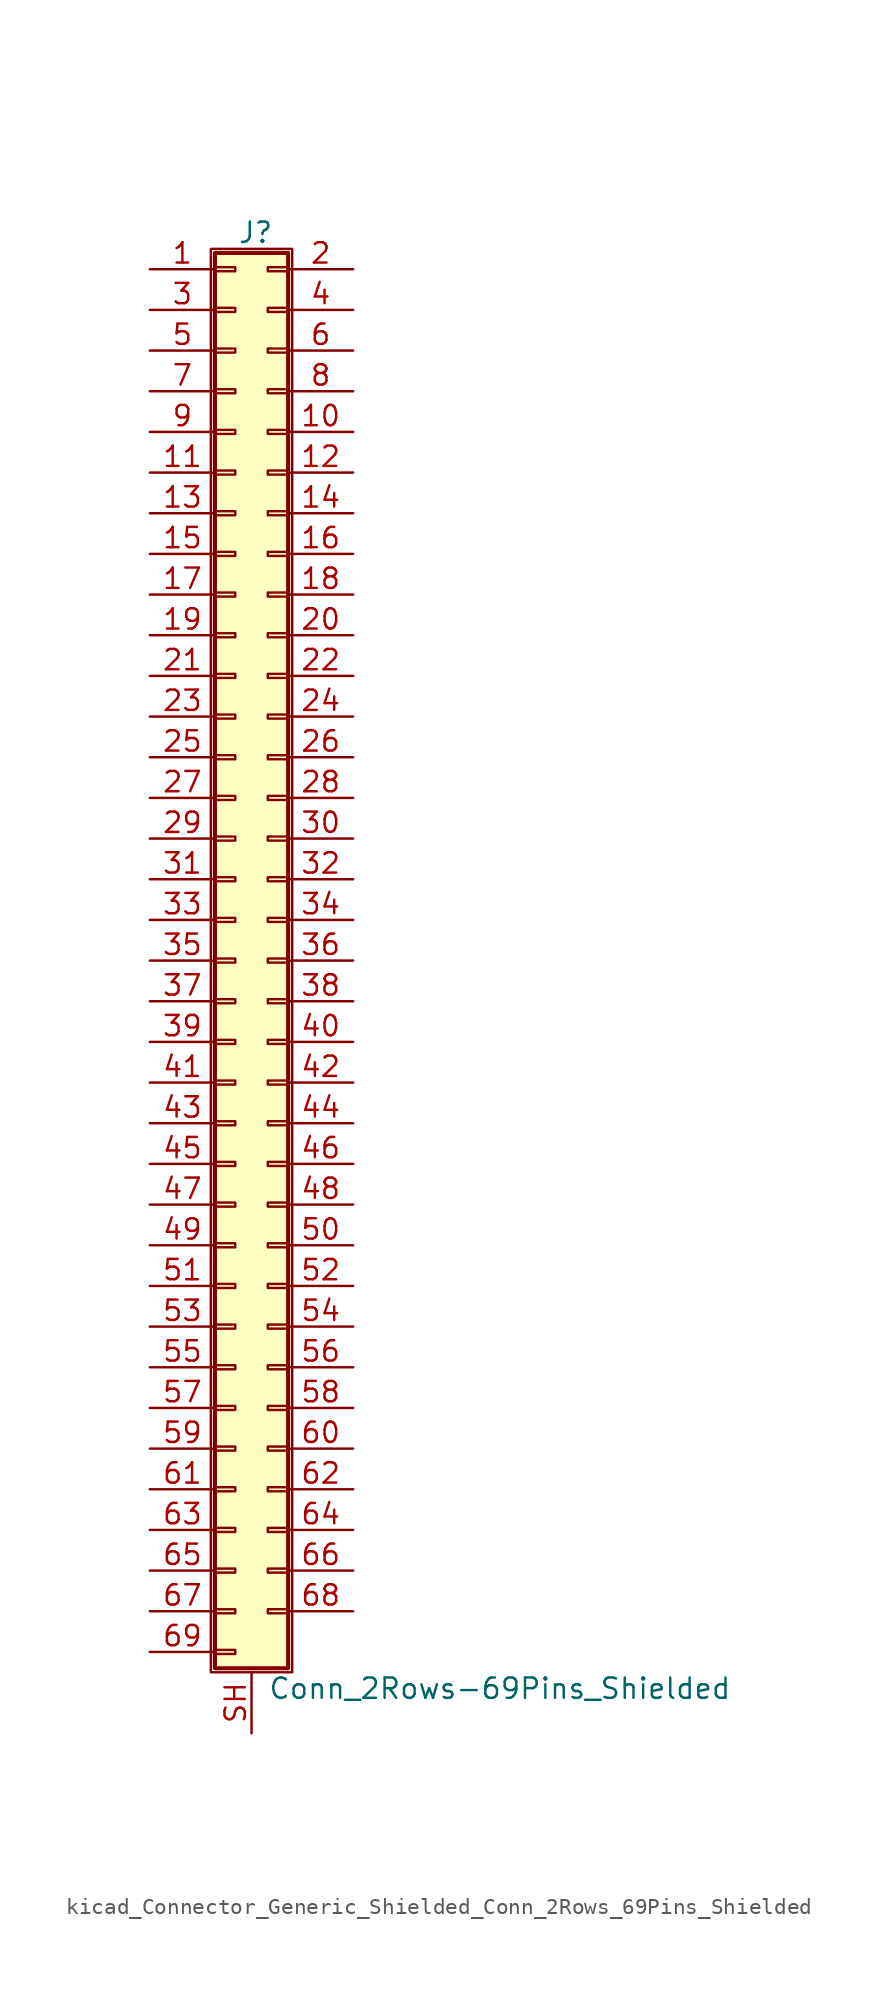
<source format=kicad_sym>
(kicad_symbol_lib
  (version 20220914)
  (generator kicad_symbol_editor)
  (symbol "kicad_Connector_Generic_Shielded_Conn_2Rows_69Pins_Shielded"
    (pin_names
      (offset 1.016) hide)
    (property "Reference" "J"
      (at 1.524 45.466 0)
      (effects (font (size 1.27 1.27))))
    (property "Value" "Conn_2Rows-69Pins_Shielded"
      (at 2.286 -45.466 0)
      (effects (font (size 1.27 1.27)) (justify left)))
    (symbol "kicad_Connector_Generic_Shielded_Conn_2Rows_69Pins_Shielded_1_1"
      (rectangle (start -1.27 44.45) (end 3.81 -44.45) (stroke (width 0.152) (type default)) (fill (type none)))
      (rectangle (start -1.016 -43.053) (end 0.254 -43.307) (stroke (width 0.152) (type default)) (fill (type none)))
      (rectangle (start -1.016 -40.513) (end 0.254 -40.767) (stroke (width 0.152) (type default)) (fill (type none)))
      (rectangle (start -1.016 -37.973) (end 0.254 -38.227) (stroke (width 0.152) (type default)) (fill (type none)))
      (rectangle (start -1.016 -35.433) (end 0.254 -35.687) (stroke (width 0.152) (type default)) (fill (type none)))
      (rectangle (start -1.016 -32.893) (end 0.254 -33.147) (stroke (width 0.152) (type default)) (fill (type none)))
      (rectangle (start -1.016 -30.353) (end 0.254 -30.607) (stroke (width 0.152) (type default)) (fill (type none)))
      (rectangle (start -1.016 -27.813) (end 0.254 -28.067) (stroke (width 0.152) (type default)) (fill (type none)))
      (rectangle (start -1.016 -25.273) (end 0.254 -25.527) (stroke (width 0.152) (type default)) (fill (type none)))
      (rectangle (start -1.016 -22.733) (end 0.254 -22.987) (stroke (width 0.152) (type default)) (fill (type none)))
      (rectangle (start -1.016 -20.193) (end 0.254 -20.447) (stroke (width 0.152) (type default)) (fill (type none)))
      (rectangle (start -1.016 -17.653) (end 0.254 -17.907) (stroke (width 0.152) (type default)) (fill (type none)))
      (rectangle (start -1.016 -15.113) (end 0.254 -15.367) (stroke (width 0.152) (type default)) (fill (type none)))
      (rectangle (start -1.016 -12.573) (end 0.254 -12.827) (stroke (width 0.152) (type default)) (fill (type none)))
      (rectangle (start -1.016 -10.033) (end 0.254 -10.287) (stroke (width 0.152) (type default)) (fill (type none)))
      (rectangle (start -1.016 -7.493) (end 0.254 -7.747) (stroke (width 0.152) (type default)) (fill (type none)))
      (rectangle (start -1.016 -4.953) (end 0.254 -5.207) (stroke (width 0.152) (type default)) (fill (type none)))
      (rectangle (start -1.016 -2.413) (end 0.254 -2.667) (stroke (width 0.152) (type default)) (fill (type none)))
      (rectangle (start -1.016 0.127) (end 0.254 -0.127) (stroke (width 0.152) (type default)) (fill (type none)))
      (rectangle (start -1.016 2.667) (end 0.254 2.413) (stroke (width 0.152) (type default)) (fill (type none)))
      (rectangle (start -1.016 5.207) (end 0.254 4.953) (stroke (width 0.152) (type default)) (fill (type none)))
      (rectangle (start -1.016 7.747) (end 0.254 7.493) (stroke (width 0.152) (type default)) (fill (type none)))
      (rectangle (start -1.016 10.287) (end 0.254 10.033) (stroke (width 0.152) (type default)) (fill (type none)))
      (rectangle (start -1.016 12.827) (end 0.254 12.573) (stroke (width 0.152) (type default)) (fill (type none)))
      (rectangle (start -1.016 15.367) (end 0.254 15.113) (stroke (width 0.152) (type default)) (fill (type none)))
      (rectangle (start -1.016 17.907) (end 0.254 17.653) (stroke (width 0.152) (type default)) (fill (type none)))
      (rectangle (start -1.016 20.447) (end 0.254 20.193) (stroke (width 0.152) (type default)) (fill (type none)))
      (rectangle (start -1.016 22.987) (end 0.254 22.733) (stroke (width 0.152) (type default)) (fill (type none)))
      (rectangle (start -1.016 25.527) (end 0.254 25.273) (stroke (width 0.152) (type default)) (fill (type none)))
      (rectangle (start -1.016 28.067) (end 0.254 27.813) (stroke (width 0.152) (type default)) (fill (type none)))
      (rectangle (start -1.016 30.607) (end 0.254 30.353) (stroke (width 0.152) (type default)) (fill (type none)))
      (rectangle (start -1.016 33.147) (end 0.254 32.893) (stroke (width 0.152) (type default)) (fill (type none)))
      (rectangle (start -1.016 35.687) (end 0.254 35.433) (stroke (width 0.152) (type default)) (fill (type none)))
      (rectangle (start -1.016 38.227) (end 0.254 37.973) (stroke (width 0.152) (type default)) (fill (type none)))
      (rectangle (start -1.016 40.767) (end 0.254 40.513) (stroke (width 0.152) (type default)) (fill (type none)))
      (rectangle (start -1.016 43.307) (end 0.254 43.053) (stroke (width 0.152) (type default)) (fill (type none)))
      (rectangle (start -1.016 44.196) (end 3.556 -44.196) (stroke (width 0.254) (type default)) (fill (type background)))
      (rectangle (start 3.556 -40.513) (end 2.286 -40.767) (stroke (width 0.152) (type default)) (fill (type none)))
      (rectangle (start 3.556 -37.973) (end 2.286 -38.227) (stroke (width 0.152) (type default)) (fill (type none)))
      (rectangle (start 3.556 -35.433) (end 2.286 -35.687) (stroke (width 0.152) (type default)) (fill (type none)))
      (rectangle (start 3.556 -32.893) (end 2.286 -33.147) (stroke (width 0.152) (type default)) (fill (type none)))
      (rectangle (start 3.556 -30.353) (end 2.286 -30.607) (stroke (width 0.152) (type default)) (fill (type none)))
      (rectangle (start 3.556 -27.813) (end 2.286 -28.067) (stroke (width 0.152) (type default)) (fill (type none)))
      (rectangle (start 3.556 -25.273) (end 2.286 -25.527) (stroke (width 0.152) (type default)) (fill (type none)))
      (rectangle (start 3.556 -22.733) (end 2.286 -22.987) (stroke (width 0.152) (type default)) (fill (type none)))
      (rectangle (start 3.556 -20.193) (end 2.286 -20.447) (stroke (width 0.152) (type default)) (fill (type none)))
      (rectangle (start 3.556 -17.653) (end 2.286 -17.907) (stroke (width 0.152) (type default)) (fill (type none)))
      (rectangle (start 3.556 -15.113) (end 2.286 -15.367) (stroke (width 0.152) (type default)) (fill (type none)))
      (rectangle (start 3.556 -12.573) (end 2.286 -12.827) (stroke (width 0.152) (type default)) (fill (type none)))
      (rectangle (start 3.556 -10.033) (end 2.286 -10.287) (stroke (width 0.152) (type default)) (fill (type none)))
      (rectangle (start 3.556 -7.493) (end 2.286 -7.747) (stroke (width 0.152) (type default)) (fill (type none)))
      (rectangle (start 3.556 -4.953) (end 2.286 -5.207) (stroke (width 0.152) (type default)) (fill (type none)))
      (rectangle (start 3.556 -2.413) (end 2.286 -2.667) (stroke (width 0.152) (type default)) (fill (type none)))
      (rectangle (start 3.556 0.127) (end 2.286 -0.127) (stroke (width 0.152) (type default)) (fill (type none)))
      (rectangle (start 3.556 2.667) (end 2.286 2.413) (stroke (width 0.152) (type default)) (fill (type none)))
      (rectangle (start 3.556 5.207) (end 2.286 4.953) (stroke (width 0.152) (type default)) (fill (type none)))
      (rectangle (start 3.556 7.747) (end 2.286 7.493) (stroke (width 0.152) (type default)) (fill (type none)))
      (rectangle (start 3.556 10.287) (end 2.286 10.033) (stroke (width 0.152) (type default)) (fill (type none)))
      (rectangle (start 3.556 12.827) (end 2.286 12.573) (stroke (width 0.152) (type default)) (fill (type none)))
      (rectangle (start 3.556 15.367) (end 2.286 15.113) (stroke (width 0.152) (type default)) (fill (type none)))
      (rectangle (start 3.556 17.907) (end 2.286 17.653) (stroke (width 0.152) (type default)) (fill (type none)))
      (rectangle (start 3.556 20.447) (end 2.286 20.193) (stroke (width 0.152) (type default)) (fill (type none)))
      (rectangle (start 3.556 22.987) (end 2.286 22.733) (stroke (width 0.152) (type default)) (fill (type none)))
      (rectangle (start 3.556 25.527) (end 2.286 25.273) (stroke (width 0.152) (type default)) (fill (type none)))
      (rectangle (start 3.556 28.067) (end 2.286 27.813) (stroke (width 0.152) (type default)) (fill (type none)))
      (rectangle (start 3.556 30.607) (end 2.286 30.353) (stroke (width 0.152) (type default)) (fill (type none)))
      (rectangle (start 3.556 33.147) (end 2.286 32.893) (stroke (width 0.152) (type default)) (fill (type none)))
      (rectangle (start 3.556 35.687) (end 2.286 35.433) (stroke (width 0.152) (type default)) (fill (type none)))
      (rectangle (start 3.556 38.227) (end 2.286 37.973) (stroke (width 0.152) (type default)) (fill (type none)))
      (rectangle (start 3.556 40.767) (end 2.286 40.513) (stroke (width 0.152) (type default)) (fill (type none)))
      (rectangle (start 3.556 43.307) (end 2.286 43.053) (stroke (width 0.152) (type default)) (fill (type none)))
      (pin passive line (at -5.08 43.18 0) (length 4.064) (name "Pin_1" (effects (font (size 1.27 1.27)))) (number "1" (effects (font (size 1.27 1.27)))))
      (pin passive line (at 7.62 33.02 180) (length 4.064) (name "Pin_10" (effects (font (size 1.27 1.27)))) (number "10" (effects (font (size 1.27 1.27)))))
      (pin passive line (at -5.08 30.48 0) (length 4.064) (name "Pin_11" (effects (font (size 1.27 1.27)))) (number "11" (effects (font (size 1.27 1.27)))))
      (pin passive line (at 7.62 30.48 180) (length 4.064) (name "Pin_12" (effects (font (size 1.27 1.27)))) (number "12" (effects (font (size 1.27 1.27)))))
      (pin passive line (at -5.08 27.94 0) (length 4.064) (name "Pin_13" (effects (font (size 1.27 1.27)))) (number "13" (effects (font (size 1.27 1.27)))))
      (pin passive line (at 7.62 27.94 180) (length 4.064) (name "Pin_14" (effects (font (size 1.27 1.27)))) (number "14" (effects (font (size 1.27 1.27)))))
      (pin passive line (at -5.08 25.4 0) (length 4.064) (name "Pin_15" (effects (font (size 1.27 1.27)))) (number "15" (effects (font (size 1.27 1.27)))))
      (pin passive line (at 7.62 25.4 180) (length 4.064) (name "Pin_16" (effects (font (size 1.27 1.27)))) (number "16" (effects (font (size 1.27 1.27)))))
      (pin passive line (at -5.08 22.86 0) (length 4.064) (name "Pin_17" (effects (font (size 1.27 1.27)))) (number "17" (effects (font (size 1.27 1.27)))))
      (pin passive line (at 7.62 22.86 180) (length 4.064) (name "Pin_18" (effects (font (size 1.27 1.27)))) (number "18" (effects (font (size 1.27 1.27)))))
      (pin passive line (at -5.08 20.32 0) (length 4.064) (name "Pin_19" (effects (font (size 1.27 1.27)))) (number "19" (effects (font (size 1.27 1.27)))))
      (pin passive line (at 7.62 43.18 180) (length 4.064) (name "Pin_2" (effects (font (size 1.27 1.27)))) (number "2" (effects (font (size 1.27 1.27)))))
      (pin passive line (at 7.62 20.32 180) (length 4.064) (name "Pin_20" (effects (font (size 1.27 1.27)))) (number "20" (effects (font (size 1.27 1.27)))))
      (pin passive line (at -5.08 17.78 0) (length 4.064) (name "Pin_21" (effects (font (size 1.27 1.27)))) (number "21" (effects (font (size 1.27 1.27)))))
      (pin passive line (at 7.62 17.78 180) (length 4.064) (name "Pin_22" (effects (font (size 1.27 1.27)))) (number "22" (effects (font (size 1.27 1.27)))))
      (pin passive line (at -5.08 15.24 0) (length 4.064) (name "Pin_23" (effects (font (size 1.27 1.27)))) (number "23" (effects (font (size 1.27 1.27)))))
      (pin passive line (at 7.62 15.24 180) (length 4.064) (name "Pin_24" (effects (font (size 1.27 1.27)))) (number "24" (effects (font (size 1.27 1.27)))))
      (pin passive line (at -5.08 12.7 0) (length 4.064) (name "Pin_25" (effects (font (size 1.27 1.27)))) (number "25" (effects (font (size 1.27 1.27)))))
      (pin passive line (at 7.62 12.7 180) (length 4.064) (name "Pin_26" (effects (font (size 1.27 1.27)))) (number "26" (effects (font (size 1.27 1.27)))))
      (pin passive line (at -5.08 10.16 0) (length 4.064) (name "Pin_27" (effects (font (size 1.27 1.27)))) (number "27" (effects (font (size 1.27 1.27)))))
      (pin passive line (at 7.62 10.16 180) (length 4.064) (name "Pin_28" (effects (font (size 1.27 1.27)))) (number "28" (effects (font (size 1.27 1.27)))))
      (pin passive line (at -5.08 7.62 0) (length 4.064) (name "Pin_29" (effects (font (size 1.27 1.27)))) (number "29" (effects (font (size 1.27 1.27)))))
      (pin passive line (at -5.08 40.64 0) (length 4.064) (name "Pin_3" (effects (font (size 1.27 1.27)))) (number "3" (effects (font (size 1.27 1.27)))))
      (pin passive line (at 7.62 7.62 180) (length 4.064) (name "Pin_30" (effects (font (size 1.27 1.27)))) (number "30" (effects (font (size 1.27 1.27)))))
      (pin passive line (at -5.08 5.08 0) (length 4.064) (name "Pin_31" (effects (font (size 1.27 1.27)))) (number "31" (effects (font (size 1.27 1.27)))))
      (pin passive line (at 7.62 5.08 180) (length 4.064) (name "Pin_32" (effects (font (size 1.27 1.27)))) (number "32" (effects (font (size 1.27 1.27)))))
      (pin passive line (at -5.08 2.54 0) (length 4.064) (name "Pin_33" (effects (font (size 1.27 1.27)))) (number "33" (effects (font (size 1.27 1.27)))))
      (pin passive line (at 7.62 2.54 180) (length 4.064) (name "Pin_34" (effects (font (size 1.27 1.27)))) (number "34" (effects (font (size 1.27 1.27)))))
      (pin passive line (at -5.08 0 0) (length 4.064) (name "Pin_35" (effects (font (size 1.27 1.27)))) (number "35" (effects (font (size 1.27 1.27)))))
      (pin passive line (at 7.62 0 180) (length 4.064) (name "Pin_36" (effects (font (size 1.27 1.27)))) (number "36" (effects (font (size 1.27 1.27)))))
      (pin passive line (at -5.08 -2.54 0) (length 4.064) (name "Pin_37" (effects (font (size 1.27 1.27)))) (number "37" (effects (font (size 1.27 1.27)))))
      (pin passive line (at 7.62 -2.54 180) (length 4.064) (name "Pin_38" (effects (font (size 1.27 1.27)))) (number "38" (effects (font (size 1.27 1.27)))))
      (pin passive line (at -5.08 -5.08 0) (length 4.064) (name "Pin_39" (effects (font (size 1.27 1.27)))) (number "39" (effects (font (size 1.27 1.27)))))
      (pin passive line (at 7.62 40.64 180) (length 4.064) (name "Pin_4" (effects (font (size 1.27 1.27)))) (number "4" (effects (font (size 1.27 1.27)))))
      (pin passive line (at 7.62 -5.08 180) (length 4.064) (name "Pin_40" (effects (font (size 1.27 1.27)))) (number "40" (effects (font (size 1.27 1.27)))))
      (pin passive line (at -5.08 -7.62 0) (length 4.064) (name "Pin_41" (effects (font (size 1.27 1.27)))) (number "41" (effects (font (size 1.27 1.27)))))
      (pin passive line (at 7.62 -7.62 180) (length 4.064) (name "Pin_42" (effects (font (size 1.27 1.27)))) (number "42" (effects (font (size 1.27 1.27)))))
      (pin passive line (at -5.08 -10.16 0) (length 4.064) (name "Pin_43" (effects (font (size 1.27 1.27)))) (number "43" (effects (font (size 1.27 1.27)))))
      (pin passive line (at 7.62 -10.16 180) (length 4.064) (name "Pin_44" (effects (font (size 1.27 1.27)))) (number "44" (effects (font (size 1.27 1.27)))))
      (pin passive line (at -5.08 -12.7 0) (length 4.064) (name "Pin_45" (effects (font (size 1.27 1.27)))) (number "45" (effects (font (size 1.27 1.27)))))
      (pin passive line (at 7.62 -12.7 180) (length 4.064) (name "Pin_46" (effects (font (size 1.27 1.27)))) (number "46" (effects (font (size 1.27 1.27)))))
      (pin passive line (at -5.08 -15.24 0) (length 4.064) (name "Pin_47" (effects (font (size 1.27 1.27)))) (number "47" (effects (font (size 1.27 1.27)))))
      (pin passive line (at 7.62 -15.24 180) (length 4.064) (name "Pin_48" (effects (font (size 1.27 1.27)))) (number "48" (effects (font (size 1.27 1.27)))))
      (pin passive line (at -5.08 -17.78 0) (length 4.064) (name "Pin_49" (effects (font (size 1.27 1.27)))) (number "49" (effects (font (size 1.27 1.27)))))
      (pin passive line (at -5.08 38.1 0) (length 4.064) (name "Pin_5" (effects (font (size 1.27 1.27)))) (number "5" (effects (font (size 1.27 1.27)))))
      (pin passive line (at 7.62 -17.78 180) (length 4.064) (name "Pin_50" (effects (font (size 1.27 1.27)))) (number "50" (effects (font (size 1.27 1.27)))))
      (pin passive line (at -5.08 -20.32 0) (length 4.064) (name "Pin_51" (effects (font (size 1.27 1.27)))) (number "51" (effects (font (size 1.27 1.27)))))
      (pin passive line (at 7.62 -20.32 180) (length 4.064) (name "Pin_52" (effects (font (size 1.27 1.27)))) (number "52" (effects (font (size 1.27 1.27)))))
      (pin passive line (at -5.08 -22.86 0) (length 4.064) (name "Pin_53" (effects (font (size 1.27 1.27)))) (number "53" (effects (font (size 1.27 1.27)))))
      (pin passive line (at 7.62 -22.86 180) (length 4.064) (name "Pin_54" (effects (font (size 1.27 1.27)))) (number "54" (effects (font (size 1.27 1.27)))))
      (pin passive line (at -5.08 -25.4 0) (length 4.064) (name "Pin_55" (effects (font (size 1.27 1.27)))) (number "55" (effects (font (size 1.27 1.27)))))
      (pin passive line (at 7.62 -25.4 180) (length 4.064) (name "Pin_56" (effects (font (size 1.27 1.27)))) (number "56" (effects (font (size 1.27 1.27)))))
      (pin passive line (at -5.08 -27.94 0) (length 4.064) (name "Pin_57" (effects (font (size 1.27 1.27)))) (number "57" (effects (font (size 1.27 1.27)))))
      (pin passive line (at 7.62 -27.94 180) (length 4.064) (name "Pin_58" (effects (font (size 1.27 1.27)))) (number "58" (effects (font (size 1.27 1.27)))))
      (pin passive line (at -5.08 -30.48 0) (length 4.064) (name "Pin_59" (effects (font (size 1.27 1.27)))) (number "59" (effects (font (size 1.27 1.27)))))
      (pin passive line (at 7.62 38.1 180) (length 4.064) (name "Pin_6" (effects (font (size 1.27 1.27)))) (number "6" (effects (font (size 1.27 1.27)))))
      (pin passive line (at 7.62 -30.48 180) (length 4.064) (name "Pin_60" (effects (font (size 1.27 1.27)))) (number "60" (effects (font (size 1.27 1.27)))))
      (pin passive line (at -5.08 -33.02 0) (length 4.064) (name "Pin_61" (effects (font (size 1.27 1.27)))) (number "61" (effects (font (size 1.27 1.27)))))
      (pin passive line (at 7.62 -33.02 180) (length 4.064) (name "Pin_62" (effects (font (size 1.27 1.27)))) (number "62" (effects (font (size 1.27 1.27)))))
      (pin passive line (at -5.08 -35.56 0) (length 4.064) (name "Pin_63" (effects (font (size 1.27 1.27)))) (number "63" (effects (font (size 1.27 1.27)))))
      (pin passive line (at 7.62 -35.56 180) (length 4.064) (name "Pin_64" (effects (font (size 1.27 1.27)))) (number "64" (effects (font (size 1.27 1.27)))))
      (pin passive line (at -5.08 -38.1 0) (length 4.064) (name "Pin_65" (effects (font (size 1.27 1.27)))) (number "65" (effects (font (size 1.27 1.27)))))
      (pin passive line (at 7.62 -38.1 180) (length 4.064) (name "Pin_66" (effects (font (size 1.27 1.27)))) (number "66" (effects (font (size 1.27 1.27)))))
      (pin passive line (at -5.08 -40.64 0) (length 4.064) (name "Pin_67" (effects (font (size 1.27 1.27)))) (number "67" (effects (font (size 1.27 1.27)))))
      (pin passive line (at 7.62 -40.64 180) (length 4.064) (name "Pin_68" (effects (font (size 1.27 1.27)))) (number "68" (effects (font (size 1.27 1.27)))))
      (pin passive line (at -5.08 -43.18 0) (length 4.064) (name "Pin_69" (effects (font (size 1.27 1.27)))) (number "69" (effects (font (size 1.27 1.27)))))
      (pin passive line (at -5.08 35.56 0) (length 4.064) (name "Pin_7" (effects (font (size 1.27 1.27)))) (number "7" (effects (font (size 1.27 1.27)))))
      (pin passive line (at 7.62 35.56 180) (length 4.064) (name "Pin_8" (effects (font (size 1.27 1.27)))) (number "8" (effects (font (size 1.27 1.27)))))
      (pin passive line (at -5.08 33.02 0) (length 4.064) (name "Pin_9" (effects (font (size 1.27 1.27)))) (number "9" (effects (font (size 1.27 1.27)))))
      (pin passive line (at 1.27 -48.26 90) (length 3.81) (name "Shield" (effects (font (size 1.27 1.27)))) (number "SH" (effects (font (size 1.27 1.27))))))))
</source>
